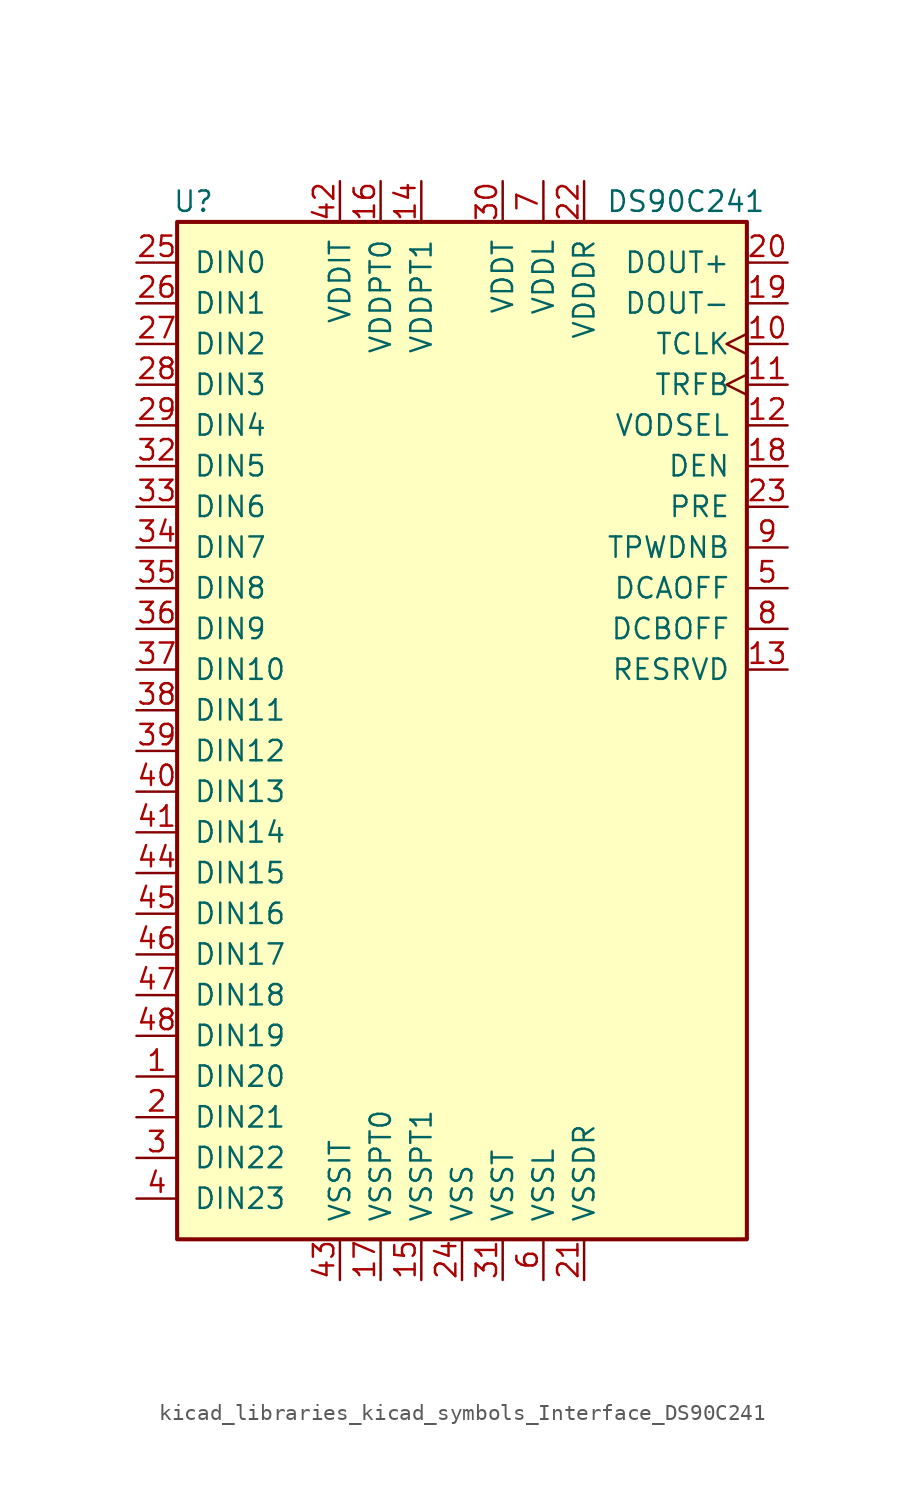
<source format=kicad_sym>
(kicad_symbol_lib
  (version 20220914)
  (generator kicad_symbol_editor)
  (symbol "kicad_libraries_kicad_symbols_Interface_DS90C241"
    (pin_names
      (offset 1.016))
    (property "Reference" "U"
      (at -16.764 29.21 0)
      (effects (font (size 1.27 1.27))))
    (property "Value" "DS90C241"
      (at 13.97 29.21 0)
      (effects (font (size 1.27 1.27))))
    (symbol "kicad_libraries_kicad_symbols_Interface_DS90C241_0_1"
      (rectangle (start -17.78 27.94) (end 17.78 -35.56) (stroke (width 0.254) (type default)) (fill (type background))))
    (symbol "kicad_libraries_kicad_symbols_Interface_DS90C241_1_1"
      (pin input line (at -20.32 -25.4 0) (length 2.54) (name "DIN20" (effects (font (size 1.27 1.27)))) (number "1" (effects (font (size 1.27 1.27)))))
      (pin input clock (at 20.32 20.32 180) (length 2.54) (name "TCLK" (effects (font (size 1.27 1.27)))) (number "10" (effects (font (size 1.27 1.27)))))
      (pin input clock (at 20.32 17.78 180) (length 2.54) (name "TRFB" (effects (font (size 1.27 1.27)))) (number "11" (effects (font (size 1.27 1.27)))))
      (pin input line (at 20.32 15.24 180) (length 2.54) (name "VODSEL" (effects (font (size 1.27 1.27)))) (number "12" (effects (font (size 1.27 1.27)))))
      (pin input line (at 20.32 0 180) (length 2.54) (name "RESRVD" (effects (font (size 1.27 1.27)))) (number "13" (effects (font (size 1.27 1.27)))))
      (pin power_in line (at -2.54 30.48 270) (length 2.54) (name "VDDPT1" (effects (font (size 1.27 1.27)))) (number "14" (effects (font (size 1.27 1.27)))))
      (pin power_in line (at -2.54 -38.1 90) (length 2.54) (name "VSSPT1" (effects (font (size 1.27 1.27)))) (number "15" (effects (font (size 1.27 1.27)))))
      (pin power_in line (at -5.08 30.48 270) (length 2.54) (name "VDDPT0" (effects (font (size 1.27 1.27)))) (number "16" (effects (font (size 1.27 1.27)))))
      (pin power_in line (at -5.08 -38.1 90) (length 2.54) (name "VSSPT0" (effects (font (size 1.27 1.27)))) (number "17" (effects (font (size 1.27 1.27)))))
      (pin input line (at 20.32 12.7 180) (length 2.54) (name "DEN" (effects (font (size 1.27 1.27)))) (number "18" (effects (font (size 1.27 1.27)))))
      (pin output line (at 20.32 22.86 180) (length 2.54) (name "DOUT-" (effects (font (size 1.27 1.27)))) (number "19" (effects (font (size 1.27 1.27)))))
      (pin input line (at -20.32 -27.94 0) (length 2.54) (name "DIN21" (effects (font (size 1.27 1.27)))) (number "2" (effects (font (size 1.27 1.27)))))
      (pin output line (at 20.32 25.4 180) (length 2.54) (name "DOUT+" (effects (font (size 1.27 1.27)))) (number "20" (effects (font (size 1.27 1.27)))))
      (pin power_in line (at 7.62 -38.1 90) (length 2.54) (name "VSSDR" (effects (font (size 1.27 1.27)))) (number "21" (effects (font (size 1.27 1.27)))))
      (pin power_in line (at 7.62 30.48 270) (length 2.54) (name "VDDDR" (effects (font (size 1.27 1.27)))) (number "22" (effects (font (size 1.27 1.27)))))
      (pin input line (at 20.32 10.16 180) (length 2.54) (name "PRE" (effects (font (size 1.27 1.27)))) (number "23" (effects (font (size 1.27 1.27)))))
      (pin power_in line (at 0 -38.1 90) (length 2.54) (name "VSS" (effects (font (size 1.27 1.27)))) (number "24" (effects (font (size 1.27 1.27)))))
      (pin input line (at -20.32 25.4 0) (length 2.54) (name "DIN0" (effects (font (size 1.27 1.27)))) (number "25" (effects (font (size 1.27 1.27)))))
      (pin input line (at -20.32 22.86 0) (length 2.54) (name "DIN1" (effects (font (size 1.27 1.27)))) (number "26" (effects (font (size 1.27 1.27)))))
      (pin input line (at -20.32 20.32 0) (length 2.54) (name "DIN2" (effects (font (size 1.27 1.27)))) (number "27" (effects (font (size 1.27 1.27)))))
      (pin input line (at -20.32 17.78 0) (length 2.54) (name "DIN3" (effects (font (size 1.27 1.27)))) (number "28" (effects (font (size 1.27 1.27)))))
      (pin input line (at -20.32 15.24 0) (length 2.54) (name "DIN4" (effects (font (size 1.27 1.27)))) (number "29" (effects (font (size 1.27 1.27)))))
      (pin input line (at -20.32 -30.48 0) (length 2.54) (name "DIN22" (effects (font (size 1.27 1.27)))) (number "3" (effects (font (size 1.27 1.27)))))
      (pin power_in line (at 2.54 30.48 270) (length 2.54) (name "VDDT" (effects (font (size 1.27 1.27)))) (number "30" (effects (font (size 1.27 1.27)))))
      (pin power_in line (at 2.54 -38.1 90) (length 2.54) (name "VSST" (effects (font (size 1.27 1.27)))) (number "31" (effects (font (size 1.27 1.27)))))
      (pin input line (at -20.32 12.7 0) (length 2.54) (name "DIN5" (effects (font (size 1.27 1.27)))) (number "32" (effects (font (size 1.27 1.27)))))
      (pin input line (at -20.32 10.16 0) (length 2.54) (name "DIN6" (effects (font (size 1.27 1.27)))) (number "33" (effects (font (size 1.27 1.27)))))
      (pin input line (at -20.32 7.62 0) (length 2.54) (name "DIN7" (effects (font (size 1.27 1.27)))) (number "34" (effects (font (size 1.27 1.27)))))
      (pin input line (at -20.32 5.08 0) (length 2.54) (name "DIN8" (effects (font (size 1.27 1.27)))) (number "35" (effects (font (size 1.27 1.27)))))
      (pin input line (at -20.32 2.54 0) (length 2.54) (name "DIN9" (effects (font (size 1.27 1.27)))) (number "36" (effects (font (size 1.27 1.27)))))
      (pin input line (at -20.32 0 0) (length 2.54) (name "DIN10" (effects (font (size 1.27 1.27)))) (number "37" (effects (font (size 1.27 1.27)))))
      (pin input line (at -20.32 -2.54 0) (length 2.54) (name "DIN11" (effects (font (size 1.27 1.27)))) (number "38" (effects (font (size 1.27 1.27)))))
      (pin input line (at -20.32 -5.08 0) (length 2.54) (name "DIN12" (effects (font (size 1.27 1.27)))) (number "39" (effects (font (size 1.27 1.27)))))
      (pin input line (at -20.32 -33.02 0) (length 2.54) (name "DIN23" (effects (font (size 1.27 1.27)))) (number "4" (effects (font (size 1.27 1.27)))))
      (pin input line (at -20.32 -7.62 0) (length 2.54) (name "DIN13" (effects (font (size 1.27 1.27)))) (number "40" (effects (font (size 1.27 1.27)))))
      (pin input line (at -20.32 -10.16 0) (length 2.54) (name "DIN14" (effects (font (size 1.27 1.27)))) (number "41" (effects (font (size 1.27 1.27)))))
      (pin power_in line (at -7.62 30.48 270) (length 2.54) (name "VDDIT" (effects (font (size 1.27 1.27)))) (number "42" (effects (font (size 1.27 1.27)))))
      (pin power_in line (at -7.62 -38.1 90) (length 2.54) (name "VSSIT" (effects (font (size 1.27 1.27)))) (number "43" (effects (font (size 1.27 1.27)))))
      (pin input line (at -20.32 -12.7 0) (length 2.54) (name "DIN15" (effects (font (size 1.27 1.27)))) (number "44" (effects (font (size 1.27 1.27)))))
      (pin input line (at -20.32 -15.24 0) (length 2.54) (name "DIN16" (effects (font (size 1.27 1.27)))) (number "45" (effects (font (size 1.27 1.27)))))
      (pin input line (at -20.32 -17.78 0) (length 2.54) (name "DIN17" (effects (font (size 1.27 1.27)))) (number "46" (effects (font (size 1.27 1.27)))))
      (pin input line (at -20.32 -20.32 0) (length 2.54) (name "DIN18" (effects (font (size 1.27 1.27)))) (number "47" (effects (font (size 1.27 1.27)))))
      (pin input line (at -20.32 -22.86 0) (length 2.54) (name "DIN19" (effects (font (size 1.27 1.27)))) (number "48" (effects (font (size 1.27 1.27)))))
      (pin input line (at 20.32 5.08 180) (length 2.54) (name "DCAOFF" (effects (font (size 1.27 1.27)))) (number "5" (effects (font (size 1.27 1.27)))))
      (pin power_in line (at 5.08 -38.1 90) (length 2.54) (name "VSSL" (effects (font (size 1.27 1.27)))) (number "6" (effects (font (size 1.27 1.27)))))
      (pin power_in line (at 5.08 30.48 270) (length 2.54) (name "VDDL" (effects (font (size 1.27 1.27)))) (number "7" (effects (font (size 1.27 1.27)))))
      (pin input line (at 20.32 2.54 180) (length 2.54) (name "DCBOFF" (effects (font (size 1.27 1.27)))) (number "8" (effects (font (size 1.27 1.27)))))
      (pin input line (at 20.32 7.62 180) (length 2.54) (name "TPWDNB" (effects (font (size 1.27 1.27)))) (number "9" (effects (font (size 1.27 1.27))))))))
</source>
